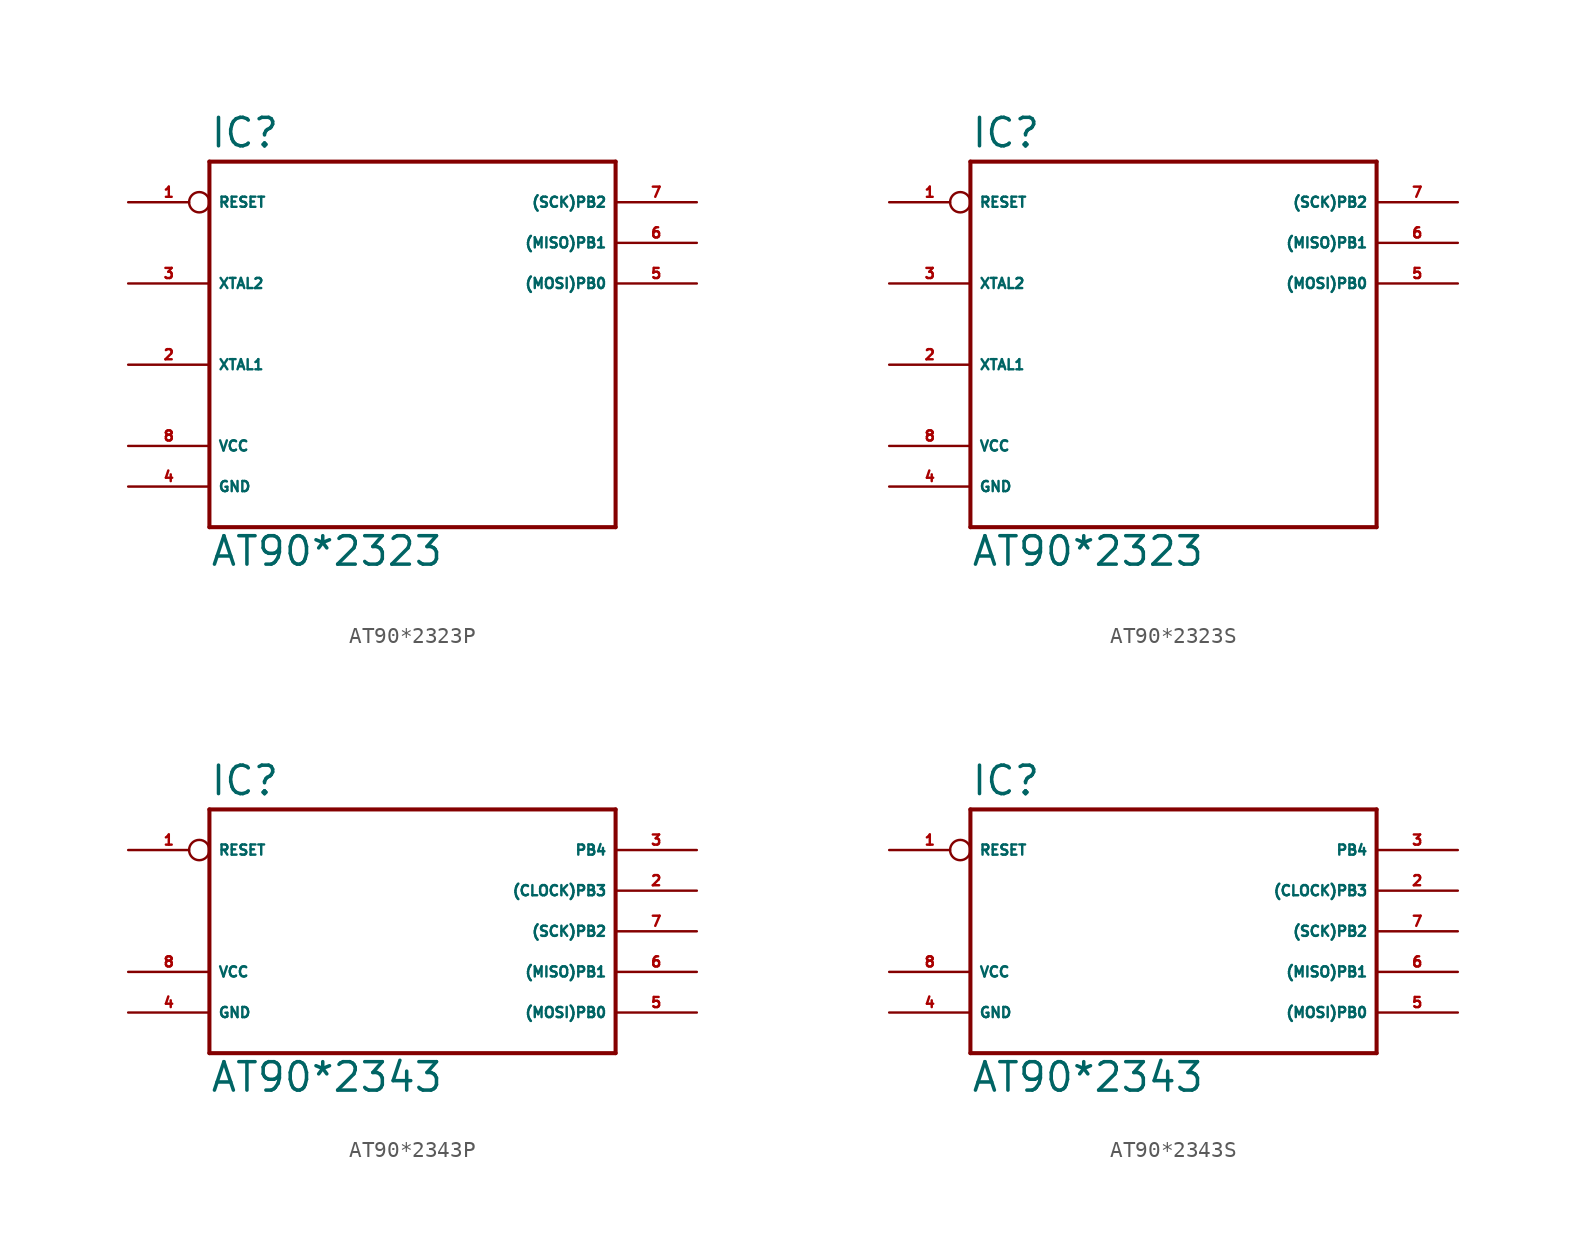
<source format=kicad_sym>
(kicad_symbol_lib
  (version 20220914)
  (generator Eagle2Kicad)
  (symbol "AT90*2323P"
    (property "Reference" "IC"
      (at -12.7 10.922 0)
      (effects (font (size 1.778 1.778) (thickness 0.22)) (justify left bottom)))
    (property "Value" "AT90*2323"
      (at -12.7 -15.24 0)
      (effects (font (size 1.778 1.778) (thickness 0.22)) (justify left bottom)))
    (polyline
      (pts (xy -12.7 -12.7) (xy 12.7 -12.7))
      (stroke (width 0.254) (type default))
      (fill (type none)))
    (polyline
      (pts (xy 12.7 -12.7) (xy 12.7 10.16))
      (stroke (width 0.254) (type default))
      (fill (type none)))
    (polyline
      (pts (xy 12.7 10.16) (xy -12.7 10.16))
      (stroke (width 0.254) (type default))
      (fill (type none)))
    (polyline
      (pts (xy -12.7 10.16) (xy -12.7 -12.7))
      (stroke (width 0.254) (type default))
      (fill (type none)))
    (pin unspecified line
      (at -17.78 -10.16 0)
      (length 5.08)
      (name "GND" (effects (font (size 0.635 0.635) (thickness 0.08)) (justify left bottom)))
      (number "4" (effects (font (size 0.635 0.635) (thickness 0.08)) (justify left bottom))))
    (pin unspecified line
      (at -17.78 -7.62 0)
      (length 5.08)
      (name "VCC" (effects (font (size 0.635 0.635) (thickness 0.08)) (justify left bottom)))
      (number "8" (effects (font (size 0.635 0.635) (thickness 0.08)) (justify left bottom))))
    (pin input inverted
      (at -17.78 7.62 0)
      (length 5.08)
      (name "RESET" (effects (font (size 0.635 0.635) (thickness 0.08)) (justify left bottom)))
      (number "1" (effects (font (size 0.635 0.635) (thickness 0.08)) (justify left bottom))))
    (pin bidirectional line
      (at -17.78 2.54 0)
      (length 5.08)
      (name "XTAL2" (effects (font (size 0.635 0.635) (thickness 0.08)) (justify left bottom)))
      (number "3" (effects (font (size 0.635 0.635) (thickness 0.08)) (justify left bottom))))
    (pin bidirectional line
      (at -17.78 -2.54 0)
      (length 5.08)
      (name "XTAL1" (effects (font (size 0.635 0.635) (thickness 0.08)) (justify left bottom)))
      (number "2" (effects (font (size 0.635 0.635) (thickness 0.08)) (justify left bottom))))
    (pin bidirectional line
      (at 17.78 7.62 180)
      (length 5.08)
      (name "(SCK)PB2" (effects (font (size 0.635 0.635) (thickness 0.08)) (justify left bottom)))
      (number "7" (effects (font (size 0.635 0.635) (thickness 0.08)) (justify left bottom))))
    (pin bidirectional line
      (at 17.78 5.08 180)
      (length 5.08)
      (name "(MISO)PB1" (effects (font (size 0.635 0.635) (thickness 0.08)) (justify left bottom)))
      (number "6" (effects (font (size 0.635 0.635) (thickness 0.08)) (justify left bottom))))
    (pin bidirectional line
      (at 17.78 2.54 180)
      (length 5.08)
      (name "(MOSI)PB0" (effects (font (size 0.635 0.635) (thickness 0.08)) (justify left bottom)))
      (number "5" (effects (font (size 0.635 0.635) (thickness 0.08)) (justify left bottom)))))
  (symbol "AT90*2323S"
    (property "Reference" "IC"
      (at -12.7 10.922 0)
      (effects (font (size 1.778 1.778) (thickness 0.22)) (justify left bottom)))
    (property "Value" "AT90*2323"
      (at -12.7 -15.24 0)
      (effects (font (size 1.778 1.778) (thickness 0.22)) (justify left bottom)))
    (polyline
      (pts (xy -12.7 -12.7) (xy 12.7 -12.7))
      (stroke (width 0.254) (type default))
      (fill (type none)))
    (polyline
      (pts (xy 12.7 -12.7) (xy 12.7 10.16))
      (stroke (width 0.254) (type default))
      (fill (type none)))
    (polyline
      (pts (xy 12.7 10.16) (xy -12.7 10.16))
      (stroke (width 0.254) (type default))
      (fill (type none)))
    (polyline
      (pts (xy -12.7 10.16) (xy -12.7 -12.7))
      (stroke (width 0.254) (type default))
      (fill (type none)))
    (pin unspecified line
      (at -17.78 -10.16 0)
      (length 5.08)
      (name "GND" (effects (font (size 0.635 0.635) (thickness 0.08)) (justify left bottom)))
      (number "4" (effects (font (size 0.635 0.635) (thickness 0.08)) (justify left bottom))))
    (pin unspecified line
      (at -17.78 -7.62 0)
      (length 5.08)
      (name "VCC" (effects (font (size 0.635 0.635) (thickness 0.08)) (justify left bottom)))
      (number "8" (effects (font (size 0.635 0.635) (thickness 0.08)) (justify left bottom))))
    (pin input inverted
      (at -17.78 7.62 0)
      (length 5.08)
      (name "RESET" (effects (font (size 0.635 0.635) (thickness 0.08)) (justify left bottom)))
      (number "1" (effects (font (size 0.635 0.635) (thickness 0.08)) (justify left bottom))))
    (pin bidirectional line
      (at -17.78 2.54 0)
      (length 5.08)
      (name "XTAL2" (effects (font (size 0.635 0.635) (thickness 0.08)) (justify left bottom)))
      (number "3" (effects (font (size 0.635 0.635) (thickness 0.08)) (justify left bottom))))
    (pin bidirectional line
      (at -17.78 -2.54 0)
      (length 5.08)
      (name "XTAL1" (effects (font (size 0.635 0.635) (thickness 0.08)) (justify left bottom)))
      (number "2" (effects (font (size 0.635 0.635) (thickness 0.08)) (justify left bottom))))
    (pin bidirectional line
      (at 17.78 7.62 180)
      (length 5.08)
      (name "(SCK)PB2" (effects (font (size 0.635 0.635) (thickness 0.08)) (justify left bottom)))
      (number "7" (effects (font (size 0.635 0.635) (thickness 0.08)) (justify left bottom))))
    (pin bidirectional line
      (at 17.78 5.08 180)
      (length 5.08)
      (name "(MISO)PB1" (effects (font (size 0.635 0.635) (thickness 0.08)) (justify left bottom)))
      (number "6" (effects (font (size 0.635 0.635) (thickness 0.08)) (justify left bottom))))
    (pin bidirectional line
      (at 17.78 2.54 180)
      (length 5.08)
      (name "(MOSI)PB0" (effects (font (size 0.635 0.635) (thickness 0.08)) (justify left bottom)))
      (number "5" (effects (font (size 0.635 0.635) (thickness 0.08)) (justify left bottom)))))
  (symbol "AT90*2343P"
    (property "Reference" "IC"
      (at -12.7 8.382 0)
      (effects (font (size 1.778 1.778) (thickness 0.22)) (justify left bottom)))
    (property "Value" "AT90*2343"
      (at -12.7 -10.16 0)
      (effects (font (size 1.778 1.778) (thickness 0.22)) (justify left bottom)))
    (polyline
      (pts (xy -12.7 -7.62) (xy 12.7 -7.62))
      (stroke (width 0.254) (type default))
      (fill (type none)))
    (polyline
      (pts (xy 12.7 -7.62) (xy 12.7 7.62))
      (stroke (width 0.254) (type default))
      (fill (type none)))
    (polyline
      (pts (xy 12.7 7.62) (xy -12.7 7.62))
      (stroke (width 0.254) (type default))
      (fill (type none)))
    (polyline
      (pts (xy -12.7 7.62) (xy -12.7 -7.62))
      (stroke (width 0.254) (type default))
      (fill (type none)))
    (pin unspecified line
      (at -17.78 -5.08 0)
      (length 5.08)
      (name "GND" (effects (font (size 0.635 0.635) (thickness 0.08)) (justify left bottom)))
      (number "4" (effects (font (size 0.635 0.635) (thickness 0.08)) (justify left bottom))))
    (pin unspecified line
      (at -17.78 -2.54 0)
      (length 5.08)
      (name "VCC" (effects (font (size 0.635 0.635) (thickness 0.08)) (justify left bottom)))
      (number "8" (effects (font (size 0.635 0.635) (thickness 0.08)) (justify left bottom))))
    (pin input inverted
      (at -17.78 5.08 0)
      (length 5.08)
      (name "RESET" (effects (font (size 0.635 0.635) (thickness 0.08)) (justify left bottom)))
      (number "1" (effects (font (size 0.635 0.635) (thickness 0.08)) (justify left bottom))))
    (pin bidirectional line
      (at 17.78 5.08 180)
      (length 5.08)
      (name "PB4" (effects (font (size 0.635 0.635) (thickness 0.08)) (justify left bottom)))
      (number "3" (effects (font (size 0.635 0.635) (thickness 0.08)) (justify left bottom))))
    (pin bidirectional line
      (at 17.78 2.54 180)
      (length 5.08)
      (name "(CLOCK)PB3" (effects (font (size 0.635 0.635) (thickness 0.08)) (justify left bottom)))
      (number "2" (effects (font (size 0.635 0.635) (thickness 0.08)) (justify left bottom))))
    (pin bidirectional line
      (at 17.78 0 180)
      (length 5.08)
      (name "(SCK)PB2" (effects (font (size 0.635 0.635) (thickness 0.08)) (justify left bottom)))
      (number "7" (effects (font (size 0.635 0.635) (thickness 0.08)) (justify left bottom))))
    (pin bidirectional line
      (at 17.78 -2.54 180)
      (length 5.08)
      (name "(MISO)PB1" (effects (font (size 0.635 0.635) (thickness 0.08)) (justify left bottom)))
      (number "6" (effects (font (size 0.635 0.635) (thickness 0.08)) (justify left bottom))))
    (pin bidirectional line
      (at 17.78 -5.08 180)
      (length 5.08)
      (name "(MOSI)PB0" (effects (font (size 0.635 0.635) (thickness 0.08)) (justify left bottom)))
      (number "5" (effects (font (size 0.635 0.635) (thickness 0.08)) (justify left bottom)))))
  (symbol "AT90*2343S"
    (property "Reference" "IC"
      (at -12.7 8.382 0)
      (effects (font (size 1.778 1.778) (thickness 0.22)) (justify left bottom)))
    (property "Value" "AT90*2343"
      (at -12.7 -10.16 0)
      (effects (font (size 1.778 1.778) (thickness 0.22)) (justify left bottom)))
    (polyline
      (pts (xy -12.7 -7.62) (xy 12.7 -7.62))
      (stroke (width 0.254) (type default))
      (fill (type none)))
    (polyline
      (pts (xy 12.7 -7.62) (xy 12.7 7.62))
      (stroke (width 0.254) (type default))
      (fill (type none)))
    (polyline
      (pts (xy 12.7 7.62) (xy -12.7 7.62))
      (stroke (width 0.254) (type default))
      (fill (type none)))
    (polyline
      (pts (xy -12.7 7.62) (xy -12.7 -7.62))
      (stroke (width 0.254) (type default))
      (fill (type none)))
    (pin unspecified line
      (at -17.78 -5.08 0)
      (length 5.08)
      (name "GND" (effects (font (size 0.635 0.635) (thickness 0.08)) (justify left bottom)))
      (number "4" (effects (font (size 0.635 0.635) (thickness 0.08)) (justify left bottom))))
    (pin unspecified line
      (at -17.78 -2.54 0)
      (length 5.08)
      (name "VCC" (effects (font (size 0.635 0.635) (thickness 0.08)) (justify left bottom)))
      (number "8" (effects (font (size 0.635 0.635) (thickness 0.08)) (justify left bottom))))
    (pin input inverted
      (at -17.78 5.08 0)
      (length 5.08)
      (name "RESET" (effects (font (size 0.635 0.635) (thickness 0.08)) (justify left bottom)))
      (number "1" (effects (font (size 0.635 0.635) (thickness 0.08)) (justify left bottom))))
    (pin bidirectional line
      (at 17.78 5.08 180)
      (length 5.08)
      (name "PB4" (effects (font (size 0.635 0.635) (thickness 0.08)) (justify left bottom)))
      (number "3" (effects (font (size 0.635 0.635) (thickness 0.08)) (justify left bottom))))
    (pin bidirectional line
      (at 17.78 2.54 180)
      (length 5.08)
      (name "(CLOCK)PB3" (effects (font (size 0.635 0.635) (thickness 0.08)) (justify left bottom)))
      (number "2" (effects (font (size 0.635 0.635) (thickness 0.08)) (justify left bottom))))
    (pin bidirectional line
      (at 17.78 0 180)
      (length 5.08)
      (name "(SCK)PB2" (effects (font (size 0.635 0.635) (thickness 0.08)) (justify left bottom)))
      (number "7" (effects (font (size 0.635 0.635) (thickness 0.08)) (justify left bottom))))
    (pin bidirectional line
      (at 17.78 -2.54 180)
      (length 5.08)
      (name "(MISO)PB1" (effects (font (size 0.635 0.635) (thickness 0.08)) (justify left bottom)))
      (number "6" (effects (font (size 0.635 0.635) (thickness 0.08)) (justify left bottom))))
    (pin bidirectional line
      (at 17.78 -5.08 180)
      (length 5.08)
      (name "(MOSI)PB0" (effects (font (size 0.635 0.635) (thickness 0.08)) (justify left bottom)))
      (number "5" (effects (font (size 0.635 0.635) (thickness 0.08)) (justify left bottom))))))
</source>
